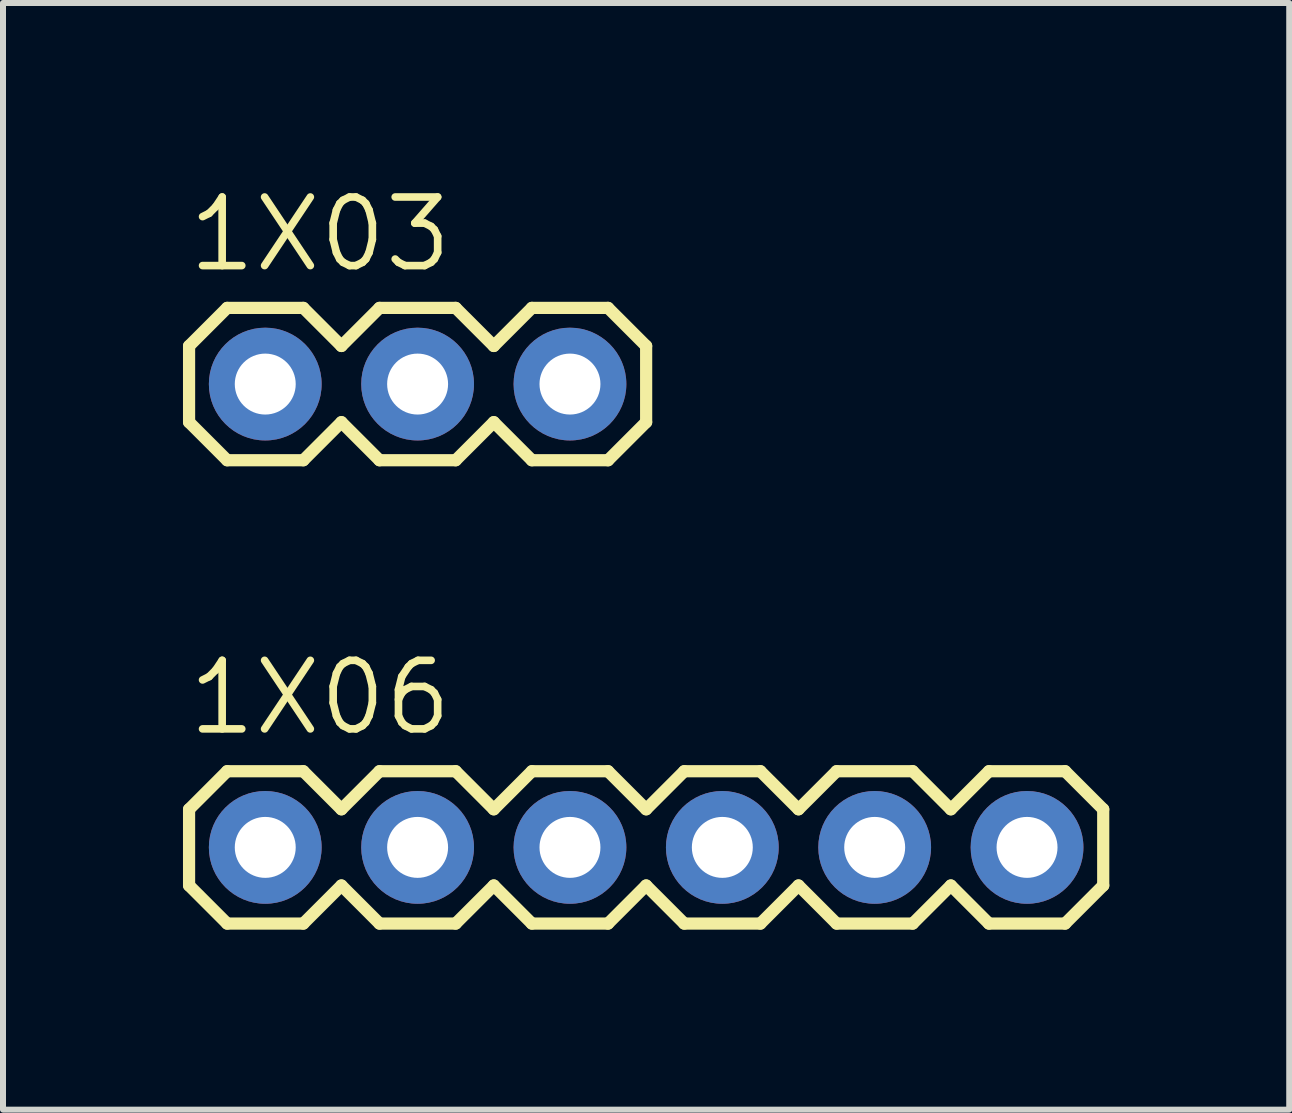
<source format=kicad_pcb>
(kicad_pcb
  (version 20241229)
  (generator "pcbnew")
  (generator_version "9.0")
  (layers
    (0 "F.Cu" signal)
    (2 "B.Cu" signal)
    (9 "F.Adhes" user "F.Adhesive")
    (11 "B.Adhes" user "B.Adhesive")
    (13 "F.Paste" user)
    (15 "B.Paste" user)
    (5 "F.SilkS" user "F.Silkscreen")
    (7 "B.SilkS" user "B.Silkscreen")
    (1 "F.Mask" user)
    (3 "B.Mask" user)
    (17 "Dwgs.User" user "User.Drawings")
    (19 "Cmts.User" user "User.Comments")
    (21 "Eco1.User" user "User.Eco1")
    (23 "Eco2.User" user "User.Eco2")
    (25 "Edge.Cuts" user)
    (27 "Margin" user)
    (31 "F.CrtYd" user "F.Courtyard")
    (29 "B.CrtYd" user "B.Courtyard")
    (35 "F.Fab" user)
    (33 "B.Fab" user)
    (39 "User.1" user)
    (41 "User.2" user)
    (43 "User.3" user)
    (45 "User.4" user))
  (footprint "1X06"
    (layer "F.Cu")
    (at 1.372 11.077)
    (property "Reference" "1X06" (at -1.346 -1.829 0) (layer "F.SilkS") (effects (font (size 1.143 1.143) (thickness 0.127)) (justify left bottom)))
    (fp_line (start -1.27 -0.635) (end -1.27 0.635) (stroke (width 0.203) (type solid)) (layer "F.SilkS"))
    (fp_line (start -1.27 0.635) (end -0.635 1.27) (stroke (width 0.203) (type solid)) (layer "F.SilkS"))
    (fp_line (start -0.635 -1.27) (end -1.27 -0.635) (stroke (width 0.203) (type solid)) (layer "F.SilkS"))
    (fp_line (start -0.635 -1.27) (end 0.635 -1.27) (stroke (width 0.203) (type solid)) (layer "F.SilkS"))
    (fp_line (start 0.635 -1.27) (end 1.27 -0.635) (stroke (width 0.203) (type solid)) (layer "F.SilkS"))
    (fp_line (start 0.635 1.27) (end -0.635 1.27) (stroke (width 0.203) (type solid)) (layer "F.SilkS"))
    (fp_line (start 1.27 -0.635) (end 1.905 -1.27) (stroke (width 0.203) (type solid)) (layer "F.SilkS"))
    (fp_line (start 1.27 0.635) (end 0.635 1.27) (stroke (width 0.203) (type solid)) (layer "F.SilkS"))
    (fp_line (start 1.905 -1.27) (end 3.175 -1.27) (stroke (width 0.203) (type solid)) (layer "F.SilkS"))
    (fp_line (start 1.905 1.27) (end 1.27 0.635) (stroke (width 0.203) (type solid)) (layer "F.SilkS"))
    (fp_line (start 3.175 -1.27) (end 3.81 -0.635) (stroke (width 0.203) (type solid)) (layer "F.SilkS"))
    (fp_line (start 3.175 1.27) (end 1.905 1.27) (stroke (width 0.203) (type solid)) (layer "F.SilkS"))
    (fp_line (start 3.81 -0.635) (end 4.445 -1.27) (stroke (width 0.203) (type solid)) (layer "F.SilkS"))
    (fp_line (start 3.81 0.635) (end 3.175 1.27) (stroke (width 0.203) (type solid)) (layer "F.SilkS"))
    (fp_line (start 4.445 -1.27) (end 5.715 -1.27) (stroke (width 0.203) (type solid)) (layer "F.SilkS"))
    (fp_line (start 4.445 1.27) (end 3.81 0.635) (stroke (width 0.203) (type solid)) (layer "F.SilkS"))
    (fp_line (start 5.715 -1.27) (end 6.35 -0.635) (stroke (width 0.203) (type solid)) (layer "F.SilkS"))
    (fp_line (start 5.715 1.27) (end 4.445 1.27) (stroke (width 0.203) (type solid)) (layer "F.SilkS"))
    (fp_line (start 6.35 0.635) (end 5.715 1.27) (stroke (width 0.203) (type solid)) (layer "F.SilkS"))
    (fp_line (start 6.35 0.635) (end 6.985 1.27) (stroke (width 0.203) (type solid)) (layer "F.SilkS"))
    (fp_line (start 6.985 -1.27) (end 6.35 -0.635) (stroke (width 0.203) (type solid)) (layer "F.SilkS"))
    (fp_line (start 6.985 -1.27) (end 8.255 -1.27) (stroke (width 0.203) (type solid)) (layer "F.SilkS"))
    (fp_line (start 8.255 -1.27) (end 8.89 -0.635) (stroke (width 0.203) (type solid)) (layer "F.SilkS"))
    (fp_line (start 8.255 1.27) (end 6.985 1.27) (stroke (width 0.203) (type solid)) (layer "F.SilkS"))
    (fp_line (start 8.89 -0.635) (end 9.525 -1.27) (stroke (width 0.203) (type solid)) (layer "F.SilkS"))
    (fp_line (start 8.89 0.635) (end 8.255 1.27) (stroke (width 0.203) (type solid)) (layer "F.SilkS"))
    (fp_line (start 9.525 -1.27) (end 10.795 -1.27) (stroke (width 0.203) (type solid)) (layer "F.SilkS"))
    (fp_line (start 9.525 1.27) (end 8.89 0.635) (stroke (width 0.203) (type solid)) (layer "F.SilkS"))
    (fp_line (start 10.795 -1.27) (end 11.43 -0.635) (stroke (width 0.203) (type solid)) (layer "F.SilkS"))
    (fp_line (start 10.795 1.27) (end 9.525 1.27) (stroke (width 0.203) (type solid)) (layer "F.SilkS"))
    (fp_line (start 11.43 -0.635) (end 12.065 -1.27) (stroke (width 0.203) (type solid)) (layer "F.SilkS"))
    (fp_line (start 11.43 0.635) (end 10.795 1.27) (stroke (width 0.203) (type solid)) (layer "F.SilkS"))
    (fp_line (start 12.065 -1.27) (end 13.335 -1.27) (stroke (width 0.203) (type solid)) (layer "F.SilkS"))
    (fp_line (start 12.065 1.27) (end 11.43 0.635) (stroke (width 0.203) (type solid)) (layer "F.SilkS"))
    (fp_line (start 13.335 -1.27) (end 13.97 -0.635) (stroke (width 0.203) (type solid)) (layer "F.SilkS"))
    (fp_line (start 13.335 1.27) (end 12.065 1.27) (stroke (width 0.203) (type solid)) (layer "F.SilkS"))
    (fp_line (start 13.97 -0.635) (end 13.97 0.635) (stroke (width 0.203) (type solid)) (layer "F.SilkS"))
    (fp_line (start 13.97 0.635) (end 13.335 1.27) (stroke (width 0.203) (type solid)) (layer "F.SilkS"))
    (fp_poly (pts (xy -0.254 0.254) (xy 0.254 0.254) (xy 0.254 -0.254) (xy -0.254 -0.254)) (stroke (width 0.1) (type solid)) (fill no) (layer "F.Fab"))
    (fp_poly (pts (xy 2.286 0.254) (xy 2.794 0.254) (xy 2.794 -0.254) (xy 2.286 -0.254)) (stroke (width 0.1) (type solid)) (fill no) (layer "F.Fab"))
    (fp_poly (pts (xy 4.826 0.254) (xy 5.334 0.254) (xy 5.334 -0.254) (xy 4.826 -0.254)) (stroke (width 0.1) (type solid)) (fill no) (layer "F.Fab"))
    (fp_poly (pts (xy 7.366 0.254) (xy 7.874 0.254) (xy 7.874 -0.254) (xy 7.366 -0.254)) (stroke (width 0.1) (type solid)) (fill no) (layer "F.Fab"))
    (fp_poly (pts (xy 9.906 0.254) (xy 10.414 0.254) (xy 10.414 -0.254) (xy 9.906 -0.254)) (stroke (width 0.1) (type solid)) (fill no) (layer "F.Fab"))
    (fp_poly (pts (xy 12.446 0.254) (xy 12.954 0.254) (xy 12.954 -0.254) (xy 12.446 -0.254)) (stroke (width 0.1) (type solid)) (fill no) (layer "F.Fab"))
    (pad "1" thru_hole circle (at 0 0 90) (size 1.88 1.88) (drill 1.016) (layers "*.Cu" "*.Mask"))
    (pad "2" thru_hole circle (at 2.54 0 90) (size 1.88 1.88) (drill 1.016) (layers "*.Cu" "*.Mask"))
    (pad "3" thru_hole circle (at 5.08 0 90) (size 1.88 1.88) (drill 1.016) (layers "*.Cu" "*.Mask"))
    (pad "4" thru_hole circle (at 7.62 0 90) (size 1.88 1.88) (drill 1.016) (layers "*.Cu" "*.Mask"))
    (pad "5" thru_hole circle (at 10.16 0 90) (size 1.88 1.88) (drill 1.016) (layers "*.Cu" "*.Mask"))
    (pad "6" thru_hole circle (at 12.7 0 90) (size 1.88 1.88) (drill 1.016) (layers "*.Cu" "*.Mask")))
  (footprint "1X03"
    (layer "F.Cu")
    (at 1.372 3.353)
    (property "Reference" "1X03" (at -1.346 -1.829 0) (layer "F.SilkS") (effects (font (size 1.143 1.143) (thickness 0.127)) (justify left bottom)))
    (fp_line (start -1.27 -0.635) (end -1.27 0.635) (stroke (width 0.203) (type solid)) (layer "F.SilkS"))
    (fp_line (start -1.27 0.635) (end -0.635 1.27) (stroke (width 0.203) (type solid)) (layer "F.SilkS"))
    (fp_line (start -0.635 -1.27) (end -1.27 -0.635) (stroke (width 0.203) (type solid)) (layer "F.SilkS"))
    (fp_line (start -0.635 -1.27) (end 0.635 -1.27) (stroke (width 0.203) (type solid)) (layer "F.SilkS"))
    (fp_line (start 0.635 -1.27) (end 1.27 -0.635) (stroke (width 0.203) (type solid)) (layer "F.SilkS"))
    (fp_line (start 0.635 1.27) (end -0.635 1.27) (stroke (width 0.203) (type solid)) (layer "F.SilkS"))
    (fp_line (start 1.27 -0.635) (end 1.905 -1.27) (stroke (width 0.203) (type solid)) (layer "F.SilkS"))
    (fp_line (start 1.27 0.635) (end 0.635 1.27) (stroke (width 0.203) (type solid)) (layer "F.SilkS"))
    (fp_line (start 1.905 -1.27) (end 3.175 -1.27) (stroke (width 0.203) (type solid)) (layer "F.SilkS"))
    (fp_line (start 1.905 1.27) (end 1.27 0.635) (stroke (width 0.203) (type solid)) (layer "F.SilkS"))
    (fp_line (start 3.175 -1.27) (end 3.81 -0.635) (stroke (width 0.203) (type solid)) (layer "F.SilkS"))
    (fp_line (start 3.175 1.27) (end 1.905 1.27) (stroke (width 0.203) (type solid)) (layer "F.SilkS"))
    (fp_line (start 3.81 -0.635) (end 4.445 -1.27) (stroke (width 0.203) (type solid)) (layer "F.SilkS"))
    (fp_line (start 3.81 0.635) (end 3.175 1.27) (stroke (width 0.203) (type solid)) (layer "F.SilkS"))
    (fp_line (start 4.445 -1.27) (end 5.715 -1.27) (stroke (width 0.203) (type solid)) (layer "F.SilkS"))
    (fp_line (start 4.445 1.27) (end 3.81 0.635) (stroke (width 0.203) (type solid)) (layer "F.SilkS"))
    (fp_line (start 5.715 -1.27) (end 6.35 -0.635) (stroke (width 0.203) (type solid)) (layer "F.SilkS"))
    (fp_line (start 5.715 1.27) (end 4.445 1.27) (stroke (width 0.203) (type solid)) (layer "F.SilkS"))
    (fp_line (start 6.35 -0.635) (end 6.35 0.635) (stroke (width 0.203) (type solid)) (layer "F.SilkS"))
    (fp_line (start 6.35 0.635) (end 5.715 1.27) (stroke (width 0.203) (type solid)) (layer "F.SilkS"))
    (fp_poly (pts (xy -0.254 0.254) (xy 0.254 0.254) (xy 0.254 -0.254) (xy -0.254 -0.254)) (stroke (width 0.1) (type solid)) (fill no) (layer "F.Fab"))
    (fp_poly (pts (xy 2.286 0.254) (xy 2.794 0.254) (xy 2.794 -0.254) (xy 2.286 -0.254)) (stroke (width 0.1) (type solid)) (fill no) (layer "F.Fab"))
    (fp_poly (pts (xy 4.826 0.254) (xy 5.334 0.254) (xy 5.334 -0.254) (xy 4.826 -0.254)) (stroke (width 0.1) (type solid)) (fill no) (layer "F.Fab"))
    (pad "1" thru_hole circle (at 0 0 90) (size 1.88 1.88) (drill 1.016) (layers "*.Cu" "*.Mask"))
    (pad "2" thru_hole circle (at 2.54 0 90) (size 1.88 1.88) (drill 1.016) (layers "*.Cu" "*.Mask"))
    (pad "3" thru_hole circle (at 5.08 0 90) (size 1.88 1.88) (drill 1.016) (layers "*.Cu" "*.Mask")))
  (gr_rect
    (start -3 -3)
    (end 18.443 15.449)
    (stroke (width 0.1) (type default))
    (fill no)
    (layer "Edge.Cuts")))
</source>
